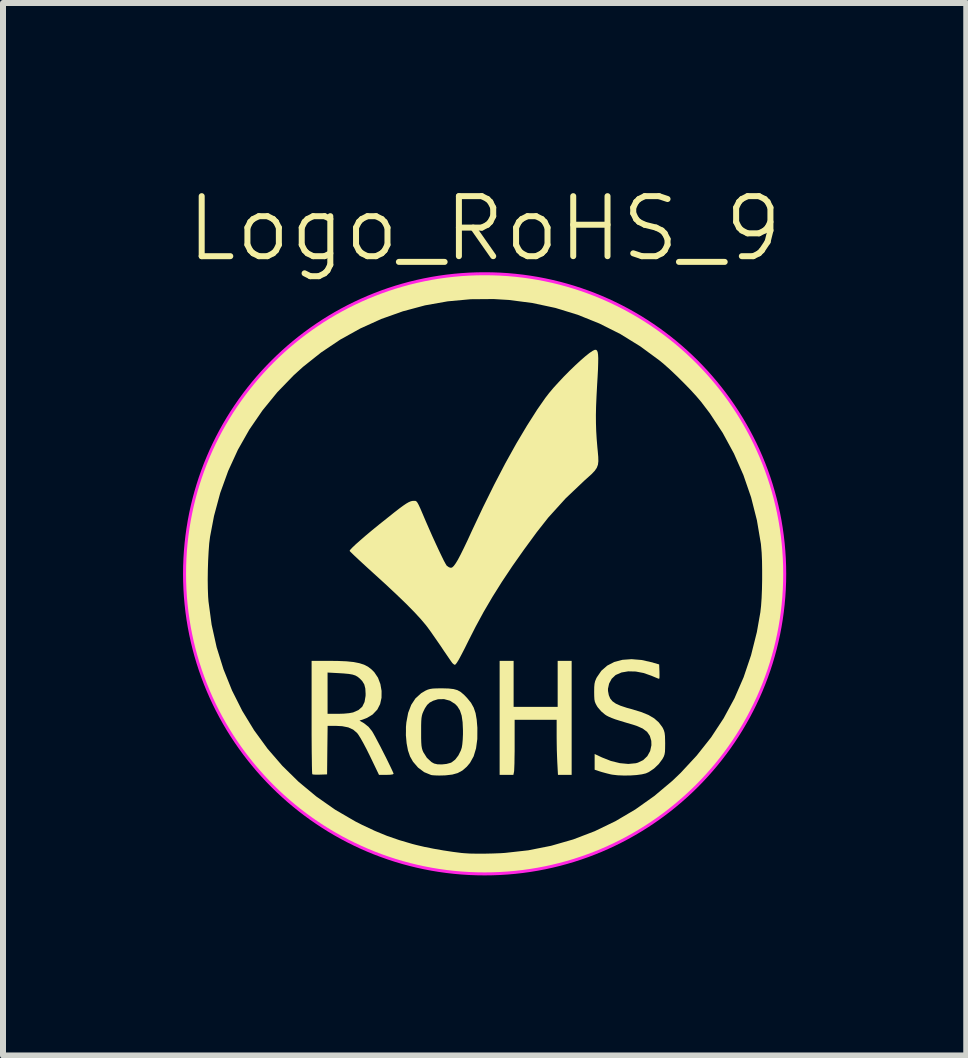
<source format=kicad_pcb>
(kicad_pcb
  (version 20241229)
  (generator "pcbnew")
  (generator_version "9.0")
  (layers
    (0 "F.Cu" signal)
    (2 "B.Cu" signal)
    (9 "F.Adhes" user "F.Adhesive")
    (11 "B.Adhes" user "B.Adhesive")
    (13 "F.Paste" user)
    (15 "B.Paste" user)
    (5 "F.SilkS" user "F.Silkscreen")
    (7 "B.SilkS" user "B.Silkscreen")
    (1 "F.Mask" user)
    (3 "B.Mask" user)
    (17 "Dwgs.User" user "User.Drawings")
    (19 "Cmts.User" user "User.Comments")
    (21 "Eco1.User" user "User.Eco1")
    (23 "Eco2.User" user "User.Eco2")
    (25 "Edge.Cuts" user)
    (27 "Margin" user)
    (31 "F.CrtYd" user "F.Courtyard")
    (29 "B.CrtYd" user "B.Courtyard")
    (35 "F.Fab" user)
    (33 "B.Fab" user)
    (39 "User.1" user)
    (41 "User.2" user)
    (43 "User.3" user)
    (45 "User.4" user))
  (footprint "Logo_RoHS_9"
    (layer "F.Cu")
    (at 5.025 6.511)
    (property "Reference" "Logo_RoHS_9" (at 0 -5.75 0) (unlocked yes) (layer "F.SilkS") (effects (font (size 1 1) (thickness 0.1))))
    (attr smd exclude_from_pos_files exclude_from_bom)
    (fp_poly (pts (xy 0.483 1.833) (xy 0.483 2.217) (xy 0.85 2.217) (xy 1.217 2.217) (xy 1.217 1.833) (xy 1.217 1.45) (xy 1.333 1.45) (xy 1.45 1.45) (xy 1.45 2.4) (xy 1.45 3.35) (xy 1.336 3.35) (xy 1.222 3.35) (xy 1.211 3.147) (xy 1.207 3.052) (xy 1.203 2.937) (xy 1.201 2.816) (xy 1.2 2.703) (xy 1.2 2.689) (xy 1.2 2.433) (xy 0.85 2.433) (xy 0.5 2.433) (xy 0.5 2.84) (xy 0.5 2.956) (xy 0.498 3.063) (xy 0.497 3.157) (xy 0.494 3.231) (xy 0.492 3.281) (xy 0.49 3.298) (xy 0.479 3.35) (xy 0.365 3.35) (xy 0.25 3.35) (xy 0.25 2.4) (xy 0.25 1.45) (xy 0.367 1.45) (xy 0.483 1.45)) (stroke (width 0) (type solid)) (fill yes) (layer "F.SilkS"))
    (fp_poly (pts (xy -0.601 1.911) (xy -0.519 1.92) (xy -0.454 1.938) (xy -0.397 1.97) (xy -0.34 2.019) (xy -0.288 2.074) (xy -0.227 2.149) (xy -0.182 2.23) (xy -0.151 2.321) (xy -0.132 2.431) (xy -0.121 2.566) (xy -0.121 2.571) (xy -0.122 2.753) (xy -0.143 2.908) (xy -0.183 3.041) (xy -0.244 3.151) (xy -0.299 3.216) (xy -0.371 3.278) (xy -0.449 3.32) (xy -0.539 3.345) (xy -0.651 3.358) (xy -0.679 3.359) (xy -0.756 3.361) (xy -0.825 3.359) (xy -0.876 3.355) (xy -0.892 3.352) (xy -1.007 3.305) (xy -1.109 3.229) (xy -1.194 3.13) (xy -1.243 3.043) (xy -1.277 2.944) (xy -1.3 2.823) (xy -1.312 2.689) (xy -1.311 2.63) (xy -1.058 2.63) (xy -1.058 2.633) (xy -1.058 2.735) (xy -1.056 2.809) (xy -1.052 2.864) (xy -1.045 2.905) (xy -1.035 2.94) (xy -1.022 2.971) (xy -0.962 3.066) (xy -0.885 3.137) (xy -0.842 3.161) (xy -0.786 3.174) (xy -0.713 3.176) (xy -0.636 3.168) (xy -0.569 3.15) (xy -0.549 3.141) (xy -0.491 3.096) (xy -0.438 3.027) (xy -0.397 2.945) (xy -0.381 2.896) (xy -0.372 2.841) (xy -0.365 2.764) (xy -0.361 2.674) (xy -0.361 2.608) (xy -0.367 2.472) (xy -0.383 2.362) (xy -0.412 2.275) (xy -0.455 2.207) (xy -0.492 2.169) (xy -0.578 2.114) (xy -0.676 2.088) (xy -0.777 2.09) (xy -0.858 2.115) (xy -0.916 2.146) (xy -0.958 2.185) (xy -0.995 2.241) (xy -1.02 2.292) (xy -1.035 2.327) (xy -1.045 2.362) (xy -1.052 2.403) (xy -1.056 2.456) (xy -1.058 2.53) (xy -1.058 2.63) (xy -1.311 2.63) (xy -1.311 2.551) (xy -1.304 2.475) (xy -1.274 2.316) (xy -1.223 2.183) (xy -1.152 2.075) (xy -1.058 1.99) (xy -0.986 1.947) (xy -0.948 1.93) (xy -0.91 1.919) (xy -0.864 1.912) (xy -0.802 1.909) (xy -0.715 1.908) (xy -0.708 1.908)) (stroke (width 0) (type solid)) (fill yes) (layer "F.SilkS"))
    (fp_poly (pts (xy -2.612 1.45) (xy -2.442 1.452) (xy -2.3 1.458) (xy -2.183 1.47) (xy -2.087 1.489) (xy -2.009 1.514) (xy -1.943 1.548) (xy -1.886 1.592) (xy -1.838 1.64) (xy -1.777 1.731) (xy -1.737 1.837) (xy -1.717 1.951) (xy -1.718 2.065) (xy -1.741 2.17) (xy -1.787 2.26) (xy -1.789 2.263) (xy -1.866 2.344) (xy -1.96 2.401) (xy -2.004 2.418) (xy -2.085 2.446) (xy -2.008 2.491) (xy -1.934 2.55) (xy -1.876 2.622) (xy -1.853 2.661) (xy -1.82 2.721) (xy -1.78 2.797) (xy -1.735 2.882) (xy -1.689 2.973) (xy -1.643 3.063) (xy -1.601 3.149) (xy -1.565 3.223) (xy -1.537 3.283) (xy -1.52 3.321) (xy -1.517 3.333) (xy -1.532 3.342) (xy -1.574 3.348) (xy -1.636 3.35) (xy -1.638 3.35) (xy -1.76 3.35) (xy -1.912 3.034) (xy -1.968 2.921) (xy -2.021 2.821) (xy -2.067 2.739) (xy -2.105 2.679) (xy -2.126 2.651) (xy -2.191 2.596) (xy -2.272 2.559) (xy -2.373 2.539) (xy -2.486 2.533) (xy -2.616 2.533) (xy -2.621 2.938) (xy -2.625 3.342) (xy -2.742 3.346) (xy -2.802 3.347) (xy -2.848 3.345) (xy -2.871 3.34) (xy -2.872 3.34) (xy -2.874 3.321) (xy -2.876 3.272) (xy -2.878 3.196) (xy -2.879 3.096) (xy -2.881 2.975) (xy -2.882 2.835) (xy -2.883 2.68) (xy -2.883 2.513) (xy -2.883 2.389) (xy -2.883 1.989) (xy -2.617 1.989) (xy -2.617 2.333) (xy -2.445 2.333) (xy -2.346 2.33) (xy -2.259 2.322) (xy -2.194 2.31) (xy -2.19 2.309) (xy -2.102 2.27) (xy -2.039 2.214) (xy -2.001 2.136) (xy -1.984 2.035) (xy -1.983 2) (xy -1.988 1.911) (xy -2.005 1.844) (xy -2.039 1.788) (xy -2.078 1.747) (xy -2.114 1.717) (xy -2.152 1.695) (xy -2.2 1.679) (xy -2.264 1.668) (xy -2.35 1.66) (xy -2.416 1.656) (xy -2.617 1.645) (xy -2.617 1.989) (xy -2.883 1.989) (xy -2.883 1.45)) (stroke (width 0) (type solid)) (fill yes) (layer "F.SilkS"))
    (fp_poly (pts (xy 2.616 1.436) (xy 2.798 1.477) (xy 2.809 1.481) (xy 2.908 1.51) (xy 2.913 1.63) (xy 2.914 1.688) (xy 2.913 1.731) (xy 2.908 1.75) (xy 2.908 1.75) (xy 2.888 1.744) (xy 2.847 1.727) (xy 2.792 1.704) (xy 2.783 1.7) (xy 2.65 1.653) (xy 2.518 1.628) (xy 2.392 1.625) (xy 2.28 1.644) (xy 2.186 1.685) (xy 2.18 1.689) (xy 2.117 1.749) (xy 2.074 1.829) (xy 2.055 1.916) (xy 2.056 1.953) (xy 2.069 2.022) (xy 2.092 2.077) (xy 2.129 2.123) (xy 2.186 2.163) (xy 2.264 2.198) (xy 2.37 2.233) (xy 2.458 2.257) (xy 2.609 2.303) (xy 2.73 2.352) (xy 2.826 2.409) (xy 2.901 2.475) (xy 2.959 2.552) (xy 2.972 2.575) (xy 2.988 2.611) (xy 2.999 2.651) (xy 3.005 2.703) (xy 3.007 2.775) (xy 3.008 2.825) (xy 3.007 2.907) (xy 3.005 2.965) (xy 2.998 3.007) (xy 2.987 3.041) (xy 2.968 3.077) (xy 2.963 3.086) (xy 2.901 3.17) (xy 2.822 3.245) (xy 2.736 3.303) (xy 2.687 3.325) (xy 2.62 3.341) (xy 2.531 3.353) (xy 2.427 3.36) (xy 2.319 3.361) (xy 2.217 3.357) (xy 2.13 3.347) (xy 2.102 3.342) (xy 2.03 3.324) (xy 1.956 3.304) (xy 1.914 3.291) (xy 1.833 3.264) (xy 1.833 3.133) (xy 1.833 3.002) (xy 1.954 3.059) (xy 2.106 3.119) (xy 2.254 3.155) (xy 2.394 3.168) (xy 2.52 3.156) (xy 2.555 3.146) (xy 2.642 3.104) (xy 2.711 3.038) (xy 2.758 2.953) (xy 2.779 2.856) (xy 2.777 2.784) (xy 2.753 2.701) (xy 2.707 2.633) (xy 2.633 2.578) (xy 2.531 2.533) (xy 2.476 2.515) (xy 2.35 2.478) (xy 2.251 2.448) (xy 2.175 2.424) (xy 2.117 2.402) (xy 2.072 2.383) (xy 2.035 2.364) (xy 2.007 2.346) (xy 1.945 2.294) (xy 1.89 2.231) (xy 1.875 2.21) (xy 1.852 2.169) (xy 1.837 2.133) (xy 1.829 2.092) (xy 1.826 2.036) (xy 1.825 1.968) (xy 1.826 1.889) (xy 1.831 1.832) (xy 1.841 1.789) (xy 1.858 1.747) (xy 1.87 1.724) (xy 1.945 1.615) (xy 2.042 1.53) (xy 2.16 1.469) (xy 2.296 1.433) (xy 2.448 1.422)) (stroke (width 0) (type solid)) (fill yes) (layer "F.SilkS"))
    (fp_poly (pts (xy 1.861 -3.73) (xy 1.874 -3.717) (xy 1.884 -3.692) (xy 1.89 -3.652) (xy 1.893 -3.594) (xy 1.892 -3.514) (xy 1.889 -3.409) (xy 1.882 -3.277) (xy 1.874 -3.143) (xy 1.864 -2.954) (xy 1.857 -2.79) (xy 1.854 -2.645) (xy 1.855 -2.511) (xy 1.859 -2.38) (xy 1.867 -2.247) (xy 1.879 -2.102) (xy 1.885 -2.042) (xy 1.893 -1.949) (xy 1.895 -1.876) (xy 1.888 -1.818) (xy 1.869 -1.767) (xy 1.836 -1.718) (xy 1.784 -1.663) (xy 1.711 -1.597) (xy 1.664 -1.555) (xy 1.35 -1.257) (xy 1.061 -0.938) (xy 0.869 -0.694) (xy 0.655 -0.402) (xy 0.462 -0.128) (xy 0.288 0.133) (xy 0.13 0.385) (xy -0.016 0.634) (xy -0.151 0.883) (xy -0.27 1.117) (xy -0.335 1.248) (xy -0.388 1.35) (xy -0.429 1.427) (xy -0.461 1.479) (xy -0.483 1.508) (xy -0.498 1.517) (xy -0.518 1.505) (xy -0.537 1.488) (xy -0.554 1.465) (xy -0.586 1.419) (xy -0.629 1.356) (xy -0.681 1.28) (xy -0.729 1.208) (xy -0.791 1.118) (xy -0.853 1.029) (xy -0.91 0.947) (xy -0.958 0.882) (xy -0.983 0.85) (xy -1.066 0.752) (xy -1.175 0.634) (xy -1.31 0.497) (xy -1.471 0.342) (xy -1.657 0.168) (xy -1.846 -0.004) (xy -1.943 -0.092) (xy -2.032 -0.174) (xy -2.11 -0.246) (xy -2.173 -0.305) (xy -2.219 -0.35) (xy -2.245 -0.376) (xy -2.25 -0.383) (xy -2.237 -0.403) (xy -2.201 -0.441) (xy -2.144 -0.495) (xy -2.068 -0.562) (xy -1.977 -0.641) (xy -1.873 -0.728) (xy -1.759 -0.821) (xy -1.725 -0.848) (xy -1.602 -0.946) (xy -1.502 -1.026) (xy -1.422 -1.088) (xy -1.358 -1.135) (xy -1.308 -1.169) (xy -1.268 -1.192) (xy -1.236 -1.206) (xy -1.208 -1.214) (xy -1.182 -1.216) (xy -1.172 -1.216) (xy -1.152 -1.215) (xy -1.136 -1.206) (xy -1.119 -1.185) (xy -1.099 -1.148) (xy -1.072 -1.09) (xy -1.036 -1.006) (xy -0.982 -0.879) (xy -0.926 -0.751) (xy -0.87 -0.624) (xy -0.815 -0.504) (xy -0.764 -0.394) (xy -0.718 -0.298) (xy -0.68 -0.22) (xy -0.65 -0.165) (xy -0.632 -0.136) (xy -0.631 -0.135) (xy -0.594 -0.109) (xy -0.561 -0.1) (xy -0.54 -0.107) (xy -0.514 -0.131) (xy -0.484 -0.172) (xy -0.446 -0.234) (xy -0.401 -0.319) (xy -0.347 -0.428) (xy -0.282 -0.564) (xy -0.218 -0.704) (xy -0.028 -1.107) (xy 0.16 -1.487) (xy 0.345 -1.842) (xy 0.527 -2.169) (xy 0.705 -2.468) (xy 0.877 -2.738) (xy 1.013 -2.933) (xy 1.074 -3.012) (xy 1.148 -3.1) (xy 1.232 -3.192) (xy 1.321 -3.287) (xy 1.414 -3.381) (xy 1.506 -3.47) (xy 1.595 -3.552) (xy 1.675 -3.622) (xy 1.745 -3.678) (xy 1.801 -3.716) (xy 1.838 -3.733) (xy 1.844 -3.733)) (stroke (width 0) (type solid)) (fill yes) (layer "F.SilkS"))
    (fp_poly (pts (xy 0.137 -4.991) (xy 0.256 -4.989) (xy 0.354 -4.987) (xy 0.439 -4.982) (xy 0.517 -4.976) (xy 0.595 -4.967) (xy 0.679 -4.955) (xy 0.7 -4.952) (xy 1.111 -4.874) (xy 1.508 -4.765) (xy 1.891 -4.627) (xy 2.258 -4.46) (xy 2.609 -4.265) (xy 2.942 -4.042) (xy 3.258 -3.792) (xy 3.553 -3.515) (xy 3.829 -3.213) (xy 4.014 -2.979) (xy 4.24 -2.648) (xy 4.437 -2.304) (xy 4.605 -1.947) (xy 4.743 -1.581) (xy 4.852 -1.207) (xy 4.931 -0.826) (xy 4.98 -0.442) (xy 4.999 -0.055) (xy 4.989 0.333) (xy 4.949 0.719) (xy 4.879 1.101) (xy 4.778 1.478) (xy 4.648 1.848) (xy 4.488 2.209) (xy 4.297 2.558) (xy 4.187 2.733) (xy 4.04 2.947) (xy 3.89 3.143) (xy 3.727 3.331) (xy 3.545 3.522) (xy 3.534 3.534) (xy 3.23 3.814) (xy 2.91 4.065) (xy 2.572 4.289) (xy 2.219 4.483) (xy 1.849 4.648) (xy 1.463 4.784) (xy 1.061 4.89) (xy 0.7 4.959) (xy 0.609 4.97) (xy 0.492 4.979) (xy 0.348 4.986) (xy 0.174 4.991) (xy 0.067 4.993) (xy -0.082 4.994) (xy -0.204 4.995) (xy -0.305 4.993) (xy -0.391 4.99) (xy -0.469 4.985) (xy -0.545 4.977) (xy -0.624 4.967) (xy -1.035 4.896) (xy -1.429 4.796) (xy -1.807 4.668) (xy -2.169 4.511) (xy -2.519 4.325) (xy -2.757 4.176) (xy -2.896 4.082) (xy -3.017 3.995) (xy -3.126 3.911) (xy -3.232 3.823) (xy -3.342 3.724) (xy -3.463 3.609) (xy -3.506 3.567) (xy -3.781 3.278) (xy -4.027 2.975) (xy -4.246 2.654) (xy -4.441 2.312) (xy -4.481 2.233) (xy -4.644 1.878) (xy -4.775 1.522) (xy -4.877 1.16) (xy -4.951 0.785) (xy -4.974 0.626) (xy -4.985 0.522) (xy -4.993 0.392) (xy -4.998 0.244) (xy -5 0.099) (xy -4.614 0.099) (xy -4.612 0.25) (xy -4.607 0.384) (xy -4.601 0.46) (xy -4.549 0.847) (xy -4.465 1.225) (xy -4.351 1.591) (xy -4.209 1.944) (xy -4.038 2.284) (xy -3.841 2.607) (xy -3.618 2.913) (xy -3.37 3.2) (xy -3.099 3.466) (xy -2.805 3.71) (xy -2.491 3.93) (xy -2.156 4.125) (xy -2.042 4.183) (xy -1.827 4.284) (xy -1.625 4.367) (xy -1.422 4.437) (xy -1.205 4.501) (xy -1.139 4.518) (xy -1.003 4.55) (xy -0.848 4.581) (xy -0.687 4.609) (xy -0.529 4.633) (xy -0.388 4.651) (xy -0.342 4.655) (xy -0.249 4.661) (xy -0.133 4.663) (xy -0.002 4.663) (xy 0.135 4.66) (xy 0.268 4.655) (xy 0.342 4.65) (xy 0.728 4.607) (xy 1.106 4.532) (xy 1.475 4.426) (xy 1.833 4.289) (xy 2.179 4.122) (xy 2.511 3.926) (xy 2.827 3.702) (xy 3.127 3.45) (xy 3.266 3.317) (xy 3.534 3.028) (xy 3.773 2.726) (xy 3.982 2.408) (xy 4.163 2.074) (xy 4.315 1.724) (xy 4.439 1.357) (xy 4.536 0.971) (xy 4.594 0.642) (xy 4.606 0.536) (xy 4.615 0.405) (xy 4.621 0.257) (xy 4.624 0.099) (xy 4.624 -0.06) (xy 4.622 -0.213) (xy 4.616 -0.352) (xy 4.606 -0.469) (xy 4.603 -0.5) (xy 4.537 -0.891) (xy 4.44 -1.274) (xy 4.312 -1.645) (xy 4.154 -2.004) (xy 3.967 -2.348) (xy 3.752 -2.675) (xy 3.606 -2.867) (xy 3.526 -2.961) (xy 3.428 -3.068) (xy 3.316 -3.183) (xy 3.2 -3.298) (xy 3.085 -3.407) (xy 2.978 -3.502) (xy 2.917 -3.552) (xy 2.595 -3.789) (xy 2.26 -3.996) (xy 1.911 -4.171) (xy 1.551 -4.316) (xy 1.18 -4.43) (xy 0.797 -4.512) (xy 0.405 -4.563) (xy 0.15 -4.578) (xy -0.235 -4.575) (xy -0.616 -4.54) (xy -0.993 -4.473) (xy -1.362 -4.374) (xy -1.722 -4.246) (xy -2.071 -4.088) (xy -2.406 -3.902) (xy -2.726 -3.687) (xy -3.029 -3.446) (xy -3.182 -3.307) (xy -3.455 -3.025) (xy -3.701 -2.723) (xy -3.92 -2.404) (xy -4.111 -2.067) (xy -4.273 -1.714) (xy -4.406 -1.346) (xy -4.509 -0.964) (xy -4.575 -0.617) (xy -4.589 -0.507) (xy -4.599 -0.372) (xy -4.607 -0.22) (xy -4.612 -0.061) (xy -4.614 0.099) (xy -5 0.099) (xy -5 0.084) (xy -5 -0.078) (xy -4.997 -0.237) (xy -4.992 -0.384) (xy -4.984 -0.513) (xy -4.975 -0.609) (xy -4.92 -0.95) (xy -4.848 -1.27) (xy -4.755 -1.579) (xy -4.639 -1.885) (xy -4.497 -2.198) (xy -4.492 -2.209) (xy -4.299 -2.563) (xy -4.078 -2.901) (xy -3.83 -3.22) (xy -3.617 -3.457) (xy -3.325 -3.737) (xy -3.013 -3.992) (xy -2.684 -4.221) (xy -2.339 -4.422) (xy -1.98 -4.595) (xy -1.61 -4.738) (xy -1.231 -4.849) (xy -1.058 -4.889) (xy -0.908 -4.92) (xy -0.776 -4.943) (xy -0.654 -4.962) (xy -0.535 -4.974) (xy -0.41 -4.983) (xy -0.271 -4.988) (xy -0.112 -4.99) (xy -0.008 -4.991)) (stroke (width 0) (type solid)) (fill yes) (layer "F.SilkS"))
    (fp_circle (center 0 0) (end 5 0) (stroke (width 0.05) (type default)) (fill no) (layer "F.CrtYd")))
  (gr_rect
    (start -3 -3)
    (end 13.05 14.536)
    (stroke (width 0.1) (type default))
    (fill no)
    (layer "Edge.Cuts")))
</source>
